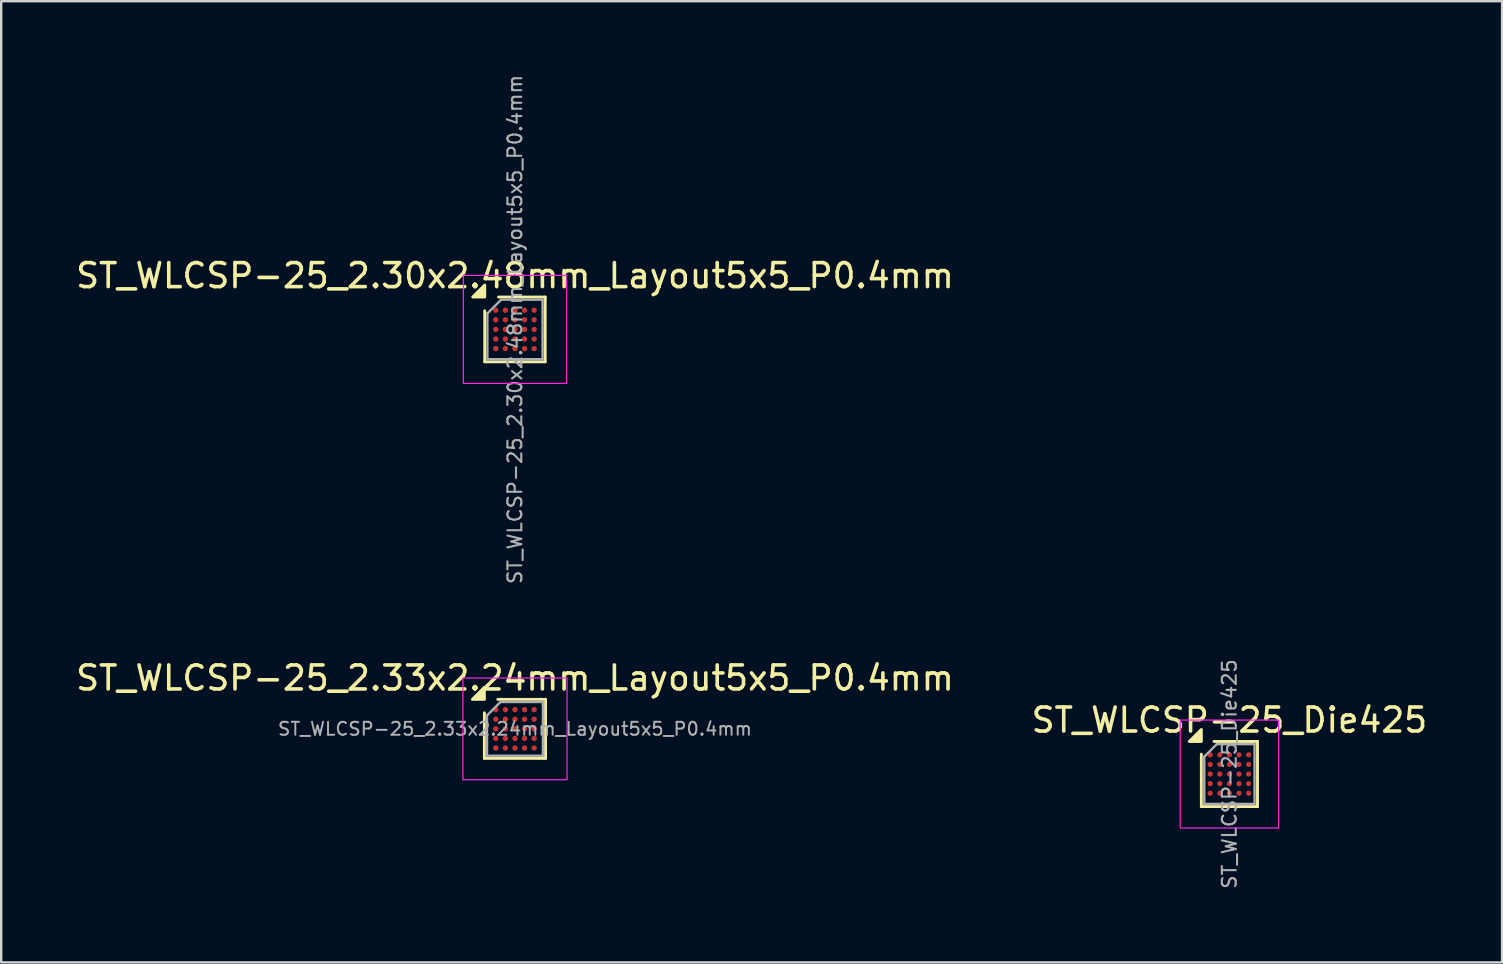
<source format=kicad_pcb>
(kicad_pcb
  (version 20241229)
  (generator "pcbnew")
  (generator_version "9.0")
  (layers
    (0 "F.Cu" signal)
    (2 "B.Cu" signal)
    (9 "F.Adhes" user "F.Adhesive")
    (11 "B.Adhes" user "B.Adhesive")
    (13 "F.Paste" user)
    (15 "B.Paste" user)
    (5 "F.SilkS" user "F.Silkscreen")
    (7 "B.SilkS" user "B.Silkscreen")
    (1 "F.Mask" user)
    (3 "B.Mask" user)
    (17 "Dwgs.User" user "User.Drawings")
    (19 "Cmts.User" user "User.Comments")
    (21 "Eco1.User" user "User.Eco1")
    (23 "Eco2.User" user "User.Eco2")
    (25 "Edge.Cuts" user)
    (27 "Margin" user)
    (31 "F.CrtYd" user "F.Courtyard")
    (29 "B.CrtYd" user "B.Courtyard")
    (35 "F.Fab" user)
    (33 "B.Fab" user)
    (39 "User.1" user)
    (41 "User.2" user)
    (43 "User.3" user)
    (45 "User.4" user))
  (footprint "ST_WLCSP-25_2.30x2.48mm_Layout5x5_P0.4mm"
    (layer "F.Cu")
    (at 18.411 10.678)
    (property "Reference" "ST_WLCSP-25_2.30x2.48mm_Layout5x5_P0.4mm" (at 0 -2.24 0) (layer "F.SilkS") (effects (font (size 1 1) (thickness 0.15))))
    (attr smd)
    (fp_line (start -1.26 1.35) (end -1.26 -0.775) (stroke (width 0.12) (type solid)) (layer "F.SilkS"))
    (fp_line (start -0.685 -1.35) (end 1.26 -1.35) (stroke (width 0.12) (type solid)) (layer "F.SilkS"))
    (fp_line (start 1.26 -1.35) (end 1.26 1.35) (stroke (width 0.12) (type solid)) (layer "F.SilkS"))
    (fp_line (start 1.26 1.35) (end -1.26 1.35) (stroke (width 0.12) (type solid)) (layer "F.SilkS"))
    (fp_poly (pts (xy -1.26 -1.35) (xy -1.76 -1.35) (xy -1.26 -1.85) (xy -1.26 -1.35)) (stroke (width 0.12) (type solid)) (fill yes) (layer "F.SilkS"))
    (fp_line (start -2.15 -2.25) (end -2.15 2.25) (stroke (width 0.05) (type solid)) (layer "F.CrtYd"))
    (fp_line (start -2.15 2.25) (end 2.15 2.25) (stroke (width 0.05) (type solid)) (layer "F.CrtYd"))
    (fp_line (start 2.15 -2.25) (end -2.15 -2.25) (stroke (width 0.05) (type solid)) (layer "F.CrtYd"))
    (fp_line (start 2.15 2.25) (end 2.15 -2.25) (stroke (width 0.05) (type solid)) (layer "F.CrtYd"))
    (fp_line (start -1.15 -0.665) (end -0.575 -1.24) (stroke (width 0.1) (type solid)) (layer "F.Fab"))
    (fp_line (start -1.15 1.24) (end -1.15 -0.665) (stroke (width 0.1) (type solid)) (layer "F.Fab"))
    (fp_line (start -0.575 -1.24) (end 1.15 -1.24) (stroke (width 0.1) (type solid)) (layer "F.Fab"))
    (fp_line (start 1.15 -1.24) (end 1.15 1.24) (stroke (width 0.1) (type solid)) (layer "F.Fab"))
    (fp_line (start 1.15 1.24) (end -1.15 1.24) (stroke (width 0.1) (type solid)) (layer "F.Fab"))
    (fp_text user "${REFERENCE}" (at 0 0 270) (layer "F.Fab") (effects (font (size 0.58 0.58) (thickness 0.087))))
    (pad "A1" smd circle (at -0.8 -0.8) (size 0.225 0.225) (property pad_prop_bga) (layers "F.Cu" "F.Mask" "F.Paste"))
    (pad "A2" smd circle (at -0.4 -0.8) (size 0.225 0.225) (property pad_prop_bga) (layers "F.Cu" "F.Mask" "F.Paste"))
    (pad "A3" smd circle (at 0 -0.8) (size 0.225 0.225) (property pad_prop_bga) (layers "F.Cu" "F.Mask" "F.Paste"))
    (pad "A4" smd circle (at 0.4 -0.8) (size 0.225 0.225) (property pad_prop_bga) (layers "F.Cu" "F.Mask" "F.Paste"))
    (pad "A5" smd circle (at 0.8 -0.8) (size 0.225 0.225) (property pad_prop_bga) (layers "F.Cu" "F.Mask" "F.Paste"))
    (pad "B1" smd circle (at -0.8 -0.4) (size 0.225 0.225) (property pad_prop_bga) (layers "F.Cu" "F.Mask" "F.Paste"))
    (pad "B2" smd circle (at -0.4 -0.4) (size 0.225 0.225) (property pad_prop_bga) (layers "F.Cu" "F.Mask" "F.Paste"))
    (pad "B3" smd circle (at 0 -0.4) (size 0.225 0.225) (property pad_prop_bga) (layers "F.Cu" "F.Mask" "F.Paste"))
    (pad "B4" smd circle (at 0.4 -0.4) (size 0.225 0.225) (property pad_prop_bga) (layers "F.Cu" "F.Mask" "F.Paste"))
    (pad "B5" smd circle (at 0.8 -0.4) (size 0.225 0.225) (property pad_prop_bga) (layers "F.Cu" "F.Mask" "F.Paste"))
    (pad "C1" smd circle (at -0.8 0) (size 0.225 0.225) (property pad_prop_bga) (layers "F.Cu" "F.Mask" "F.Paste"))
    (pad "C2" smd circle (at -0.4 0) (size 0.225 0.225) (property pad_prop_bga) (layers "F.Cu" "F.Mask" "F.Paste"))
    (pad "C3" smd circle (at 0 0) (size 0.225 0.225) (property pad_prop_bga) (layers "F.Cu" "F.Mask" "F.Paste"))
    (pad "C4" smd circle (at 0.4 0) (size 0.225 0.225) (property pad_prop_bga) (layers "F.Cu" "F.Mask" "F.Paste"))
    (pad "C5" smd circle (at 0.8 0) (size 0.225 0.225) (property pad_prop_bga) (layers "F.Cu" "F.Mask" "F.Paste"))
    (pad "D1" smd circle (at -0.8 0.4) (size 0.225 0.225) (property pad_prop_bga) (layers "F.Cu" "F.Mask" "F.Paste"))
    (pad "D2" smd circle (at -0.4 0.4) (size 0.225 0.225) (property pad_prop_bga) (layers "F.Cu" "F.Mask" "F.Paste"))
    (pad "D3" smd circle (at 0 0.4) (size 0.225 0.225) (property pad_prop_bga) (layers "F.Cu" "F.Mask" "F.Paste"))
    (pad "D4" smd circle (at 0.4 0.4) (size 0.225 0.225) (property pad_prop_bga) (layers "F.Cu" "F.Mask" "F.Paste"))
    (pad "D5" smd circle (at 0.8 0.4) (size 0.225 0.225) (property pad_prop_bga) (layers "F.Cu" "F.Mask" "F.Paste"))
    (pad "E1" smd circle (at -0.8 0.8) (size 0.225 0.225) (property pad_prop_bga) (layers "F.Cu" "F.Mask" "F.Paste"))
    (pad "E2" smd circle (at -0.4 0.8) (size 0.225 0.225) (property pad_prop_bga) (layers "F.Cu" "F.Mask" "F.Paste"))
    (pad "E3" smd circle (at 0 0.8) (size 0.225 0.225) (property pad_prop_bga) (layers "F.Cu" "F.Mask" "F.Paste"))
    (pad "E4" smd circle (at 0.4 0.8) (size 0.225 0.225) (property pad_prop_bga) (layers "F.Cu" "F.Mask" "F.Paste"))
    (pad "E5" smd circle (at 0.8 0.8) (size 0.225 0.225) (property pad_prop_bga) (layers "F.Cu" "F.Mask" "F.Paste")))
  (footprint "ST_WLCSP-25_Die425"
    (layer "F.Cu")
    (at 48.185 29.207)
    (property "Reference" "ST_WLCSP-25_Die425" (at 0 -2.247 0) (layer "F.SilkS") (effects (font (size 1 1) (thickness 0.15))))
    (attr smd)
    (fp_line (start -1.17 1.357) (end -1.17 -0.827) (stroke (width 0.12) (type solid)) (layer "F.SilkS"))
    (fp_line (start -0.64 -1.357) (end 1.17 -1.357) (stroke (width 0.12) (type solid)) (layer "F.SilkS"))
    (fp_line (start 1.17 -1.357) (end 1.17 1.357) (stroke (width 0.12) (type solid)) (layer "F.SilkS"))
    (fp_line (start 1.17 1.357) (end -1.17 1.357) (stroke (width 0.12) (type solid)) (layer "F.SilkS"))
    (fp_poly (pts (xy -1.17 -1.357) (xy -1.67 -1.357) (xy -1.17 -1.857)) (stroke (width 0.12) (type solid)) (fill yes) (layer "F.SilkS"))
    (fp_rect (start -2.05 -2.25) (end 2.05 2.25) (stroke (width 0.05) (type solid)) (fill no) (layer "F.CrtYd"))
    (fp_line (start -1.048 -0.722) (end -0.524 -1.246) (stroke (width 0.1) (type solid)) (layer "F.Fab"))
    (fp_line (start -1.048 1.246) (end -1.048 -0.722) (stroke (width 0.1) (type solid)) (layer "F.Fab"))
    (fp_line (start -0.524 -1.246) (end 1.048 -1.246) (stroke (width 0.1) (type solid)) (layer "F.Fab"))
    (fp_line (start 1.048 -1.246) (end 1.048 1.246) (stroke (width 0.1) (type solid)) (layer "F.Fab"))
    (fp_line (start 1.048 1.246) (end -1.048 1.246) (stroke (width 0.1) (type solid)) (layer "F.Fab"))
    (fp_text user "${REFERENCE}" (at 0 0 270) (layer "F.Fab") (effects (font (size 0.58 0.58) (thickness 0.087))))
    (pad "A1" smd circle (at -0.8 -0.8) (size 0.22 0.22) (property pad_prop_bga) (layers "F.Cu" "F.Mask" "F.Paste"))
    (pad "A2" smd circle (at -0.4 -0.8) (size 0.22 0.22) (property pad_prop_bga) (layers "F.Cu" "F.Mask" "F.Paste"))
    (pad "A3" smd circle (at 0 -0.8) (size 0.22 0.22) (property pad_prop_bga) (layers "F.Cu" "F.Mask" "F.Paste"))
    (pad "A4" smd circle (at 0.4 -0.8) (size 0.22 0.22) (property pad_prop_bga) (layers "F.Cu" "F.Mask" "F.Paste"))
    (pad "A5" smd circle (at 0.8 -0.8) (size 0.22 0.22) (property pad_prop_bga) (layers "F.Cu" "F.Mask" "F.Paste"))
    (pad "B1" smd circle (at -0.8 -0.4) (size 0.22 0.22) (property pad_prop_bga) (layers "F.Cu" "F.Mask" "F.Paste"))
    (pad "B2" smd circle (at -0.4 -0.4) (size 0.22 0.22) (property pad_prop_bga) (layers "F.Cu" "F.Mask" "F.Paste"))
    (pad "B3" smd circle (at 0 -0.4) (size 0.22 0.22) (property pad_prop_bga) (layers "F.Cu" "F.Mask" "F.Paste"))
    (pad "B4" smd circle (at 0.4 -0.4) (size 0.22 0.22) (property pad_prop_bga) (layers "F.Cu" "F.Mask" "F.Paste"))
    (pad "B5" smd circle (at 0.8 -0.4) (size 0.22 0.22) (property pad_prop_bga) (layers "F.Cu" "F.Mask" "F.Paste"))
    (pad "C1" smd circle (at -0.8 0) (size 0.22 0.22) (property pad_prop_bga) (layers "F.Cu" "F.Mask" "F.Paste"))
    (pad "C2" smd circle (at -0.4 0) (size 0.22 0.22) (property pad_prop_bga) (layers "F.Cu" "F.Mask" "F.Paste"))
    (pad "C3" smd circle (at 0 0) (size 0.22 0.22) (property pad_prop_bga) (layers "F.Cu" "F.Mask" "F.Paste"))
    (pad "C4" smd circle (at 0.4 0) (size 0.22 0.22) (property pad_prop_bga) (layers "F.Cu" "F.Mask" "F.Paste"))
    (pad "C5" smd circle (at 0.8 0) (size 0.22 0.22) (property pad_prop_bga) (layers "F.Cu" "F.Mask" "F.Paste"))
    (pad "D1" smd circle (at -0.8 0.4) (size 0.22 0.22) (property pad_prop_bga) (layers "F.Cu" "F.Mask" "F.Paste"))
    (pad "D2" smd circle (at -0.4 0.4) (size 0.22 0.22) (property pad_prop_bga) (layers "F.Cu" "F.Mask" "F.Paste"))
    (pad "D3" smd circle (at 0 0.4) (size 0.22 0.22) (property pad_prop_bga) (layers "F.Cu" "F.Mask" "F.Paste"))
    (pad "D4" smd circle (at 0.4 0.4) (size 0.22 0.22) (property pad_prop_bga) (layers "F.Cu" "F.Mask" "F.Paste"))
    (pad "D5" smd circle (at 0.8 0.4) (size 0.22 0.22) (property pad_prop_bga) (layers "F.Cu" "F.Mask" "F.Paste"))
    (pad "E1" smd circle (at -0.8 0.8) (size 0.22 0.22) (property pad_prop_bga) (layers "F.Cu" "F.Mask" "F.Paste"))
    (pad "E2" smd circle (at -0.4 0.8) (size 0.22 0.22) (property pad_prop_bga) (layers "F.Cu" "F.Mask" "F.Paste"))
    (pad "E3" smd circle (at 0 0.8) (size 0.22 0.22) (property pad_prop_bga) (layers "F.Cu" "F.Mask" "F.Paste"))
    (pad "E4" smd circle (at 0.4 0.8) (size 0.22 0.22) (property pad_prop_bga) (layers "F.Cu" "F.Mask" "F.Paste"))
    (pad "E5" smd circle (at 0.8 0.8) (size 0.22 0.22) (property pad_prop_bga) (layers "F.Cu" "F.Mask" "F.Paste")))
  (footprint "ST_WLCSP-25_2.33x2.24mm_Layout5x5_P0.4mm"
    (layer "F.Cu")
    (at 18.411 27.325)
    (property "Reference" "ST_WLCSP-25_2.33x2.24mm_Layout5x5_P0.4mm" (at 0 -2.12 0) (layer "F.SilkS") (effects (font (size 1 1) (thickness 0.15))))
    (attr smd)
    (fp_line (start -1.275 1.23) (end -1.275 -0.67) (stroke (width 0.12) (type solid)) (layer "F.SilkS"))
    (fp_line (start -0.715 -1.23) (end 1.275 -1.23) (stroke (width 0.12) (type solid)) (layer "F.SilkS"))
    (fp_line (start 1.275 -1.23) (end 1.275 1.23) (stroke (width 0.12) (type solid)) (layer "F.SilkS"))
    (fp_line (start 1.275 1.23) (end -1.275 1.23) (stroke (width 0.12) (type solid)) (layer "F.SilkS"))
    (fp_poly (pts (xy -1.275 -1.23) (xy -1.775 -1.23) (xy -1.275 -1.73)) (stroke (width 0.12) (type solid)) (fill yes) (layer "F.SilkS"))
    (fp_rect (start -2.17 -2.12) (end 2.17 2.12) (stroke (width 0.05) (type solid)) (fill no) (layer "F.CrtYd"))
    (fp_line (start -1.165 -0.56) (end -0.605 -1.12) (stroke (width 0.1) (type solid)) (layer "F.Fab"))
    (fp_line (start -1.165 1.12) (end -1.165 -0.56) (stroke (width 0.1) (type solid)) (layer "F.Fab"))
    (fp_line (start -0.605 -1.12) (end 1.165 -1.12) (stroke (width 0.1) (type solid)) (layer "F.Fab"))
    (fp_line (start 1.165 -1.12) (end 1.165 1.12) (stroke (width 0.1) (type solid)) (layer "F.Fab"))
    (fp_line (start 1.165 1.12) (end -1.165 1.12) (stroke (width 0.1) (type solid)) (layer "F.Fab"))
    (fp_text user "${REFERENCE}" (at 0 0 0) (layer "F.Fab") (effects (font (size 0.54 0.54) (thickness 0.081))))
    (pad "A1" smd circle (at -0.8 -0.8) (size 0.225 0.225) (property pad_prop_bga) (layers "F.Cu" "F.Mask" "F.Paste"))
    (pad "A2" smd circle (at -0.4 -0.8) (size 0.225 0.225) (property pad_prop_bga) (layers "F.Cu" "F.Mask" "F.Paste"))
    (pad "A3" smd circle (at 0 -0.8) (size 0.225 0.225) (property pad_prop_bga) (layers "F.Cu" "F.Mask" "F.Paste"))
    (pad "A4" smd circle (at 0.4 -0.8) (size 0.225 0.225) (property pad_prop_bga) (layers "F.Cu" "F.Mask" "F.Paste"))
    (pad "A5" smd circle (at 0.8 -0.8) (size 0.225 0.225) (property pad_prop_bga) (layers "F.Cu" "F.Mask" "F.Paste"))
    (pad "B1" smd circle (at -0.8 -0.4) (size 0.225 0.225) (property pad_prop_bga) (layers "F.Cu" "F.Mask" "F.Paste"))
    (pad "B2" smd circle (at -0.4 -0.4) (size 0.225 0.225) (property pad_prop_bga) (layers "F.Cu" "F.Mask" "F.Paste"))
    (pad "B3" smd circle (at 0 -0.4) (size 0.225 0.225) (property pad_prop_bga) (layers "F.Cu" "F.Mask" "F.Paste"))
    (pad "B4" smd circle (at 0.4 -0.4) (size 0.225 0.225) (property pad_prop_bga) (layers "F.Cu" "F.Mask" "F.Paste"))
    (pad "B5" smd circle (at 0.8 -0.4) (size 0.225 0.225) (property pad_prop_bga) (layers "F.Cu" "F.Mask" "F.Paste"))
    (pad "C1" smd circle (at -0.8 0) (size 0.225 0.225) (property pad_prop_bga) (layers "F.Cu" "F.Mask" "F.Paste"))
    (pad "C2" smd circle (at -0.4 0) (size 0.225 0.225) (property pad_prop_bga) (layers "F.Cu" "F.Mask" "F.Paste"))
    (pad "C3" smd circle (at 0 0) (size 0.225 0.225) (property pad_prop_bga) (layers "F.Cu" "F.Mask" "F.Paste"))
    (pad "C4" smd circle (at 0.4 0) (size 0.225 0.225) (property pad_prop_bga) (layers "F.Cu" "F.Mask" "F.Paste"))
    (pad "C5" smd circle (at 0.8 0) (size 0.225 0.225) (property pad_prop_bga) (layers "F.Cu" "F.Mask" "F.Paste"))
    (pad "D1" smd circle (at -0.8 0.4) (size 0.225 0.225) (property pad_prop_bga) (layers "F.Cu" "F.Mask" "F.Paste"))
    (pad "D2" smd circle (at -0.4 0.4) (size 0.225 0.225) (property pad_prop_bga) (layers "F.Cu" "F.Mask" "F.Paste"))
    (pad "D3" smd circle (at 0 0.4) (size 0.225 0.225) (property pad_prop_bga) (layers "F.Cu" "F.Mask" "F.Paste"))
    (pad "D4" smd circle (at 0.4 0.4) (size 0.225 0.225) (property pad_prop_bga) (layers "F.Cu" "F.Mask" "F.Paste"))
    (pad "D5" smd circle (at 0.8 0.4) (size 0.225 0.225) (property pad_prop_bga) (layers "F.Cu" "F.Mask" "F.Paste"))
    (pad "E1" smd circle (at -0.8 0.8) (size 0.225 0.225) (property pad_prop_bga) (layers "F.Cu" "F.Mask" "F.Paste"))
    (pad "E2" smd circle (at -0.4 0.8) (size 0.225 0.225) (property pad_prop_bga) (layers "F.Cu" "F.Mask" "F.Paste"))
    (pad "E3" smd circle (at 0 0.8) (size 0.225 0.225) (property pad_prop_bga) (layers "F.Cu" "F.Mask" "F.Paste"))
    (pad "E4" smd circle (at 0.4 0.8) (size 0.225 0.225) (property pad_prop_bga) (layers "F.Cu" "F.Mask" "F.Paste"))
    (pad "E5" smd circle (at 0.8 0.8) (size 0.225 0.225) (property pad_prop_bga) (layers "F.Cu" "F.Mask" "F.Paste")))
  (gr_rect
    (start -3 -3)
    (end 59.548 37.058)
    (stroke (width 0.1) (type default))
    (fill no)
    (layer "Edge.Cuts")))
</source>
